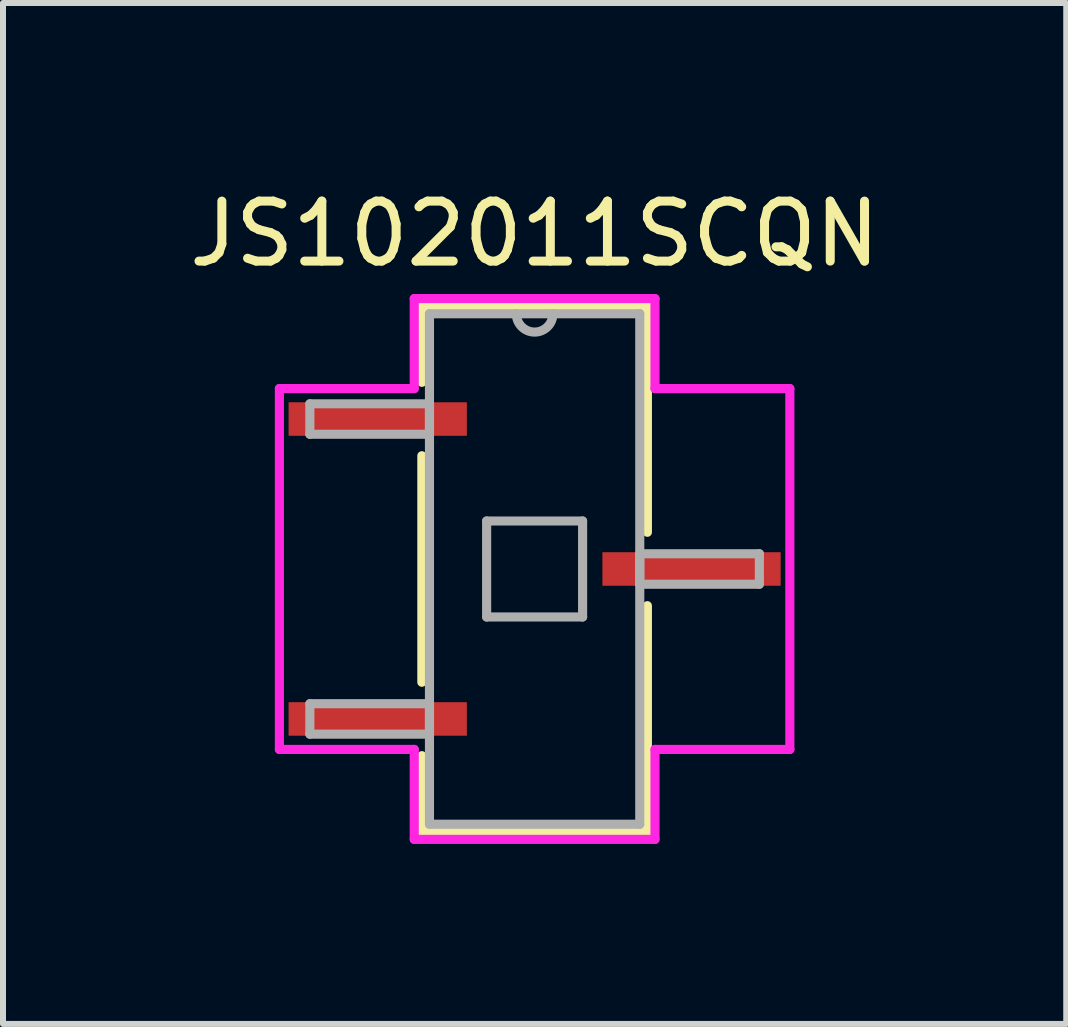
<source format=kicad_pcb>
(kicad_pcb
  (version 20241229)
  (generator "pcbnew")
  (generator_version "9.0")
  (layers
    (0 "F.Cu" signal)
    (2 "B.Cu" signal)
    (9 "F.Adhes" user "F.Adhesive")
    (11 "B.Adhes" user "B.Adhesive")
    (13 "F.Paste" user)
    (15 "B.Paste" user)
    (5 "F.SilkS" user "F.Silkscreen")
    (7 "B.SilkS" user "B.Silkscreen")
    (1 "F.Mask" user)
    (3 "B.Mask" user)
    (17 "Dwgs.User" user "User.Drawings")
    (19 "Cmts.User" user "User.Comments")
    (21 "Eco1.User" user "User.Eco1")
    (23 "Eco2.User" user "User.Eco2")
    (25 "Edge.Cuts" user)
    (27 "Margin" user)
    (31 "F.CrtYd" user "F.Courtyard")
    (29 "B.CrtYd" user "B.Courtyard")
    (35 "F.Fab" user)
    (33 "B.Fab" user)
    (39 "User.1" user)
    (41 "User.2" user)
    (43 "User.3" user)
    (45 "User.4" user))
  (footprint "JS102011SCQN"
    (layer "F.Cu")
    (at 5.863 6.436)
    (property "Reference" "JS102011SCQN" (at 0 -5.588 0) (layer "F.SilkS") (effects (font (size 1 1) (thickness 0.15))))
    (attr through_hole)
    (fp_line (start -1.88 -4.381) (end -1.88 -3.112) (stroke (width 0.152) (type solid)) (layer "F.SilkS"))
    (fp_line (start -1.88 -1.888) (end -1.88 1.888) (stroke (width 0.152) (type solid)) (layer "F.SilkS"))
    (fp_line (start -1.88 3.112) (end -1.88 4.381) (stroke (width 0.152) (type solid)) (layer "F.SilkS"))
    (fp_line (start -1.88 4.381) (end 1.88 4.381) (stroke (width 0.152) (type solid)) (layer "F.SilkS"))
    (fp_line (start 1.88 -4.381) (end -1.88 -4.381) (stroke (width 0.152) (type solid)) (layer "F.SilkS"))
    (fp_line (start 1.88 -0.612) (end 1.88 -4.381) (stroke (width 0.152) (type solid)) (layer "F.SilkS"))
    (fp_line (start 1.88 4.381) (end 1.88 0.612) (stroke (width 0.152) (type solid)) (layer "F.SilkS"))
    (fp_line (start -4.255 -3.008) (end -2.007 -3.008) (stroke (width 0.152) (type solid)) (layer "F.CrtYd"))
    (fp_line (start -4.255 3.008) (end -4.255 -3.008) (stroke (width 0.152) (type solid)) (layer "F.CrtYd"))
    (fp_line (start -2.007 -4.508) (end 2.007 -4.508) (stroke (width 0.152) (type solid)) (layer "F.CrtYd"))
    (fp_line (start -2.007 -3.008) (end -2.007 -4.508) (stroke (width 0.152) (type solid)) (layer "F.CrtYd"))
    (fp_line (start -2.007 3.008) (end -4.255 3.008) (stroke (width 0.152) (type solid)) (layer "F.CrtYd"))
    (fp_line (start -2.007 4.508) (end -2.007 3.008) (stroke (width 0.152) (type solid)) (layer "F.CrtYd"))
    (fp_line (start 2.007 -4.508) (end 2.007 -3.008) (stroke (width 0.152) (type solid)) (layer "F.CrtYd"))
    (fp_line (start 2.007 -3.008) (end 4.255 -3.008) (stroke (width 0.152) (type solid)) (layer "F.CrtYd"))
    (fp_line (start 2.007 3.008) (end 2.007 4.508) (stroke (width 0.152) (type solid)) (layer "F.CrtYd"))
    (fp_line (start 2.007 4.508) (end -2.007 4.508) (stroke (width 0.152) (type solid)) (layer "F.CrtYd"))
    (fp_line (start 4.255 -3.008) (end 4.255 3.008) (stroke (width 0.152) (type solid)) (layer "F.CrtYd"))
    (fp_line (start 4.255 3.008) (end 2.007 3.008) (stroke (width 0.152) (type solid)) (layer "F.CrtYd"))
    (fp_line (start -3.747 -2.754) (end -3.747 -2.246) (stroke (width 0.152) (type solid)) (layer "F.Fab"))
    (fp_line (start -3.747 -2.246) (end -1.753 -2.246) (stroke (width 0.152) (type solid)) (layer "F.Fab"))
    (fp_line (start -3.747 2.246) (end -3.747 2.754) (stroke (width 0.152) (type solid)) (layer "F.Fab"))
    (fp_line (start -3.747 2.754) (end -1.753 2.754) (stroke (width 0.152) (type solid)) (layer "F.Fab"))
    (fp_line (start -1.753 -4.255) (end -1.753 4.255) (stroke (width 0.152) (type solid)) (layer "F.Fab"))
    (fp_line (start -1.753 -2.754) (end -3.747 -2.754) (stroke (width 0.152) (type solid)) (layer "F.Fab"))
    (fp_line (start -1.753 -2.246) (end -1.753 -2.754) (stroke (width 0.152) (type solid)) (layer "F.Fab"))
    (fp_line (start -1.753 2.246) (end -3.747 2.246) (stroke (width 0.152) (type solid)) (layer "F.Fab"))
    (fp_line (start -1.753 2.754) (end -1.753 2.246) (stroke (width 0.152) (type solid)) (layer "F.Fab"))
    (fp_line (start -1.753 4.255) (end 1.753 4.255) (stroke (width 0.152) (type solid)) (layer "F.Fab"))
    (fp_line (start -0.8 -0.8) (end 0.8 -0.8) (stroke (width 0.152) (type solid)) (layer "F.Fab"))
    (fp_line (start -0.8 0.8) (end -0.8 -0.8) (stroke (width 0.152) (type solid)) (layer "F.Fab"))
    (fp_line (start 0.8 -0.8) (end 0.8 0.8) (stroke (width 0.152) (type solid)) (layer "F.Fab"))
    (fp_line (start 0.8 0.8) (end -0.8 0.8) (stroke (width 0.152) (type solid)) (layer "F.Fab"))
    (fp_line (start 1.753 -4.255) (end -1.753 -4.255) (stroke (width 0.152) (type solid)) (layer "F.Fab"))
    (fp_line (start 1.753 -0.254) (end 1.753 0.254) (stroke (width 0.152) (type solid)) (layer "F.Fab"))
    (fp_line (start 1.753 0.254) (end 3.747 0.254) (stroke (width 0.152) (type solid)) (layer "F.Fab"))
    (fp_line (start 1.753 4.255) (end 1.753 -4.255) (stroke (width 0.152) (type solid)) (layer "F.Fab"))
    (fp_line (start 3.747 -0.254) (end 1.753 -0.254) (stroke (width 0.152) (type solid)) (layer "F.Fab"))
    (fp_line (start 3.747 0.254) (end 3.747 -0.254) (stroke (width 0.152) (type solid)) (layer "F.Fab"))
    (fp_arc (start 0.3048 -4.2545) (mid 0 -3.9497) (end -0.3048 -4.2545) (stroke (width 0.1524) (type solid)) (layer "F.Fab"))
    (pad "1" smd rect (at -2.616 -2.5) (size 2.972 0.559) (layers "F.Cu" "F.Mask" "F.Paste"))
    (pad "2" smd rect (at 2.616 0) (size 2.972 0.559) (layers "F.Cu" "F.Mask" "F.Paste"))
    (pad "3" smd rect (at -2.616 2.5) (size 2.972 0.559) (layers "F.Cu" "F.Mask" "F.Paste")))
  (gr_rect
    (start -3 -3)
    (end 14.726 14.021)
    (stroke (width 0.1) (type default))
    (fill no)
    (layer "Edge.Cuts")))
</source>
